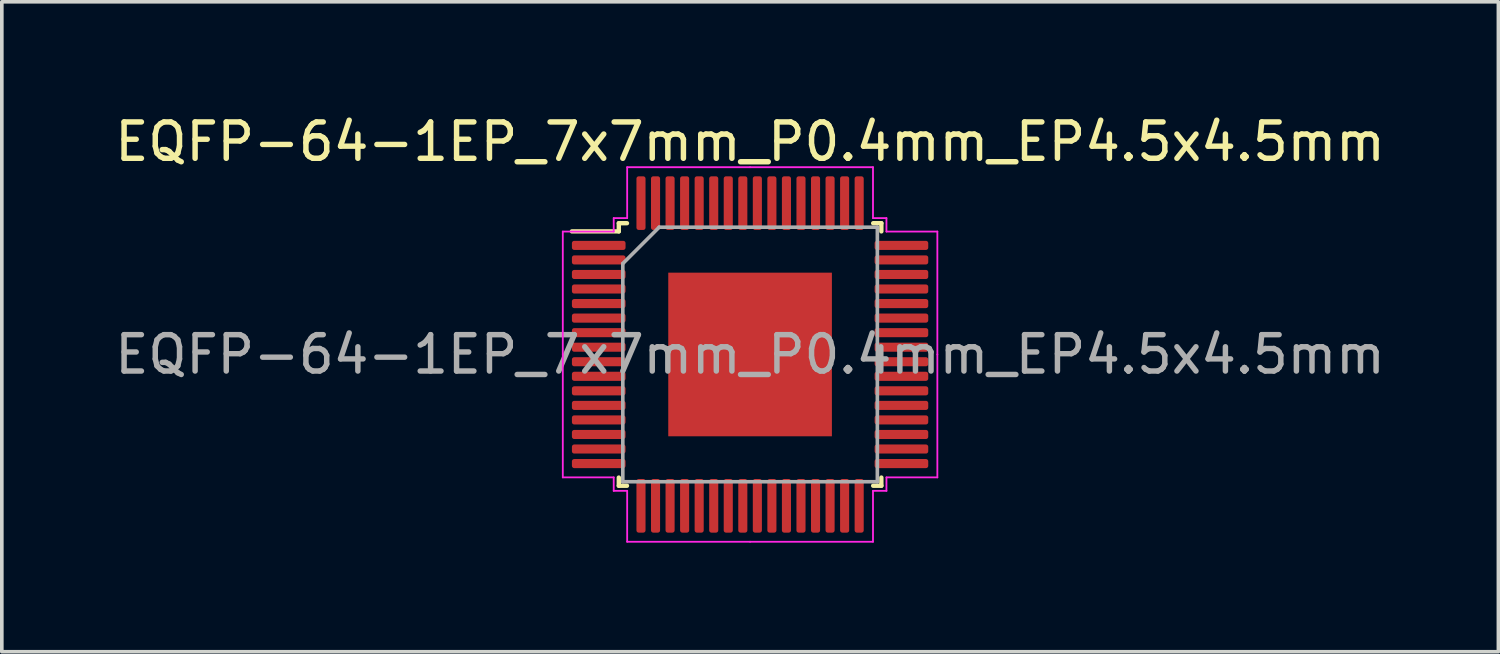
<source format=kicad_pcb>
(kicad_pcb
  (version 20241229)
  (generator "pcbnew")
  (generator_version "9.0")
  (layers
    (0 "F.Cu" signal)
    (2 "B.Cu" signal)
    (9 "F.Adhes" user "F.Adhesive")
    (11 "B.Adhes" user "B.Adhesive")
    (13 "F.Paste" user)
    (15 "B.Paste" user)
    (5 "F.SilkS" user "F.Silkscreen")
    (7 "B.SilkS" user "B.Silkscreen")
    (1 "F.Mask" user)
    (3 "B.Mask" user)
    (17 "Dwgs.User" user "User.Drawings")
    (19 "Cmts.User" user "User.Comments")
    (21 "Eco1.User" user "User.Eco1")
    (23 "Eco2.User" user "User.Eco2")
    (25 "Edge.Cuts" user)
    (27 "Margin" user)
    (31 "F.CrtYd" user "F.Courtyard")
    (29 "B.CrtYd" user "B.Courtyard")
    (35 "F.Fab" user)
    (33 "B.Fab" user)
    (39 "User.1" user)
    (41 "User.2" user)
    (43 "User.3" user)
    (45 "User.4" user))
  (footprint "EQFP-64-1EP_7x7mm_P0.4mm_EP4.5x4.5mm"
    (layer "F.Cu")
    (at 17.577 6.698)
    (property "Reference" "EQFP-64-1EP_7x7mm_P0.4mm_EP4.5x4.5mm" (at 0 -5.85 0) (layer "F.SilkS") (effects (font (size 1 1) (thickness 0.15))))
    (attr smd)
    (fp_line (start -3.61 -3.61) (end -3.61 -3.385) (stroke (width 0.12) (type solid)) (layer "F.SilkS"))
    (fp_line (start -3.61 -3.385) (end -4.9 -3.385) (stroke (width 0.12) (type solid)) (layer "F.SilkS"))
    (fp_line (start -3.61 3.61) (end -3.61 3.385) (stroke (width 0.12) (type solid)) (layer "F.SilkS"))
    (fp_line (start -3.385 -3.61) (end -3.61 -3.61) (stroke (width 0.12) (type solid)) (layer "F.SilkS"))
    (fp_line (start -3.385 3.61) (end -3.61 3.61) (stroke (width 0.12) (type solid)) (layer "F.SilkS"))
    (fp_line (start 3.385 -3.61) (end 3.61 -3.61) (stroke (width 0.12) (type solid)) (layer "F.SilkS"))
    (fp_line (start 3.385 3.61) (end 3.61 3.61) (stroke (width 0.12) (type solid)) (layer "F.SilkS"))
    (fp_line (start 3.61 -3.61) (end 3.61 -3.385) (stroke (width 0.12) (type solid)) (layer "F.SilkS"))
    (fp_line (start 3.61 3.61) (end 3.61 3.385) (stroke (width 0.12) (type solid)) (layer "F.SilkS"))
    (fp_line (start -5.15 -3.38) (end -5.15 0) (stroke (width 0.05) (type solid)) (layer "F.CrtYd"))
    (fp_line (start -5.15 3.38) (end -5.15 0) (stroke (width 0.05) (type solid)) (layer "F.CrtYd"))
    (fp_line (start -3.75 -3.75) (end -3.75 -3.38) (stroke (width 0.05) (type solid)) (layer "F.CrtYd"))
    (fp_line (start -3.75 -3.38) (end -5.15 -3.38) (stroke (width 0.05) (type solid)) (layer "F.CrtYd"))
    (fp_line (start -3.75 3.38) (end -5.15 3.38) (stroke (width 0.05) (type solid)) (layer "F.CrtYd"))
    (fp_line (start -3.75 3.75) (end -3.75 3.38) (stroke (width 0.05) (type solid)) (layer "F.CrtYd"))
    (fp_line (start -3.38 -5.15) (end -3.38 -3.75) (stroke (width 0.05) (type solid)) (layer "F.CrtYd"))
    (fp_line (start -3.38 -3.75) (end -3.75 -3.75) (stroke (width 0.05) (type solid)) (layer "F.CrtYd"))
    (fp_line (start -3.38 3.75) (end -3.75 3.75) (stroke (width 0.05) (type solid)) (layer "F.CrtYd"))
    (fp_line (start -3.38 5.15) (end -3.38 3.75) (stroke (width 0.05) (type solid)) (layer "F.CrtYd"))
    (fp_line (start 0 -5.15) (end -3.38 -5.15) (stroke (width 0.05) (type solid)) (layer "F.CrtYd"))
    (fp_line (start 0 -5.15) (end 3.38 -5.15) (stroke (width 0.05) (type solid)) (layer "F.CrtYd"))
    (fp_line (start 0 5.15) (end -3.38 5.15) (stroke (width 0.05) (type solid)) (layer "F.CrtYd"))
    (fp_line (start 0 5.15) (end 3.38 5.15) (stroke (width 0.05) (type solid)) (layer "F.CrtYd"))
    (fp_line (start 3.38 -5.15) (end 3.38 -3.75) (stroke (width 0.05) (type solid)) (layer "F.CrtYd"))
    (fp_line (start 3.38 -3.75) (end 3.75 -3.75) (stroke (width 0.05) (type solid)) (layer "F.CrtYd"))
    (fp_line (start 3.38 3.75) (end 3.75 3.75) (stroke (width 0.05) (type solid)) (layer "F.CrtYd"))
    (fp_line (start 3.38 5.15) (end 3.38 3.75) (stroke (width 0.05) (type solid)) (layer "F.CrtYd"))
    (fp_line (start 3.75 -3.75) (end 3.75 -3.38) (stroke (width 0.05) (type solid)) (layer "F.CrtYd"))
    (fp_line (start 3.75 -3.38) (end 5.15 -3.38) (stroke (width 0.05) (type solid)) (layer "F.CrtYd"))
    (fp_line (start 3.75 3.38) (end 5.15 3.38) (stroke (width 0.05) (type solid)) (layer "F.CrtYd"))
    (fp_line (start 3.75 3.75) (end 3.75 3.38) (stroke (width 0.05) (type solid)) (layer "F.CrtYd"))
    (fp_line (start 5.15 -3.38) (end 5.15 0) (stroke (width 0.05) (type solid)) (layer "F.CrtYd"))
    (fp_line (start 5.15 3.38) (end 5.15 0) (stroke (width 0.05) (type solid)) (layer "F.CrtYd"))
    (fp_line (start -3.5 -2.5) (end -2.5 -3.5) (stroke (width 0.1) (type solid)) (layer "F.Fab"))
    (fp_line (start -3.5 3.5) (end -3.5 -2.5) (stroke (width 0.1) (type solid)) (layer "F.Fab"))
    (fp_line (start -2.5 -3.5) (end 3.5 -3.5) (stroke (width 0.1) (type solid)) (layer "F.Fab"))
    (fp_line (start 3.5 -3.5) (end 3.5 3.5) (stroke (width 0.1) (type solid)) (layer "F.Fab"))
    (fp_line (start 3.5 3.5) (end -3.5 3.5) (stroke (width 0.1) (type solid)) (layer "F.Fab"))
    (fp_text user "${REFERENCE}" (at 0 0 0) (layer "F.Fab") (effects (font (size 1 1) (thickness 0.15))))
    (pad "" smd roundrect (at -1.5 -1.5) (size 1.21 1.21) (layers "F.Paste") (roundrect_rratio 0.207))
    (pad "" smd roundrect (at -1.5 0) (size 1.21 1.21) (layers "F.Paste") (roundrect_rratio 0.207))
    (pad "" smd roundrect (at -1.5 1.5) (size 1.21 1.21) (layers "F.Paste") (roundrect_rratio 0.207))
    (pad "" smd roundrect (at 0 -1.5) (size 1.21 1.21) (layers "F.Paste") (roundrect_rratio 0.207))
    (pad "" smd roundrect (at 0 0) (size 1.21 1.21) (layers "F.Paste") (roundrect_rratio 0.207))
    (pad "" smd roundrect (at 0 1.5) (size 1.21 1.21) (layers "F.Paste") (roundrect_rratio 0.207))
    (pad "" smd roundrect (at 1.5 -1.5) (size 1.21 1.21) (layers "F.Paste") (roundrect_rratio 0.207))
    (pad "" smd roundrect (at 1.5 0) (size 1.21 1.21) (layers "F.Paste") (roundrect_rratio 0.207))
    (pad "" smd roundrect (at 1.5 1.5) (size 1.21 1.21) (layers "F.Paste") (roundrect_rratio 0.207))
    (pad "1" smd roundrect (at -4.162 -3) (size 1.475 0.25) (layers "F.Cu" "F.Mask" "F.Paste") (roundrect_rratio 0.25))
    (pad "2" smd roundrect (at -4.162 -2.6) (size 1.475 0.25) (layers "F.Cu" "F.Mask" "F.Paste") (roundrect_rratio 0.25))
    (pad "3" smd roundrect (at -4.162 -2.2) (size 1.475 0.25) (layers "F.Cu" "F.Mask" "F.Paste") (roundrect_rratio 0.25))
    (pad "4" smd roundrect (at -4.162 -1.8) (size 1.475 0.25) (layers "F.Cu" "F.Mask" "F.Paste") (roundrect_rratio 0.25))
    (pad "5" smd roundrect (at -4.162 -1.4) (size 1.475 0.25) (layers "F.Cu" "F.Mask" "F.Paste") (roundrect_rratio 0.25))
    (pad "6" smd roundrect (at -4.162 -1) (size 1.475 0.25) (layers "F.Cu" "F.Mask" "F.Paste") (roundrect_rratio 0.25))
    (pad "7" smd roundrect (at -4.162 -0.6) (size 1.475 0.25) (layers "F.Cu" "F.Mask" "F.Paste") (roundrect_rratio 0.25))
    (pad "8" smd roundrect (at -4.162 -0.2) (size 1.475 0.25) (layers "F.Cu" "F.Mask" "F.Paste") (roundrect_rratio 0.25))
    (pad "9" smd roundrect (at -4.162 0.2) (size 1.475 0.25) (layers "F.Cu" "F.Mask" "F.Paste") (roundrect_rratio 0.25))
    (pad "10" smd roundrect (at -4.162 0.6) (size 1.475 0.25) (layers "F.Cu" "F.Mask" "F.Paste") (roundrect_rratio 0.25))
    (pad "11" smd roundrect (at -4.162 1) (size 1.475 0.25) (layers "F.Cu" "F.Mask" "F.Paste") (roundrect_rratio 0.25))
    (pad "12" smd roundrect (at -4.162 1.4) (size 1.475 0.25) (layers "F.Cu" "F.Mask" "F.Paste") (roundrect_rratio 0.25))
    (pad "13" smd roundrect (at -4.162 1.8) (size 1.475 0.25) (layers "F.Cu" "F.Mask" "F.Paste") (roundrect_rratio 0.25))
    (pad "14" smd roundrect (at -4.162 2.2) (size 1.475 0.25) (layers "F.Cu" "F.Mask" "F.Paste") (roundrect_rratio 0.25))
    (pad "15" smd roundrect (at -4.162 2.6) (size 1.475 0.25) (layers "F.Cu" "F.Mask" "F.Paste") (roundrect_rratio 0.25))
    (pad "16" smd roundrect (at -4.162 3) (size 1.475 0.25) (layers "F.Cu" "F.Mask" "F.Paste") (roundrect_rratio 0.25))
    (pad "17" smd roundrect (at -3 4.162) (size 0.25 1.475) (layers "F.Cu" "F.Mask" "F.Paste") (roundrect_rratio 0.25))
    (pad "18" smd roundrect (at -2.6 4.162) (size 0.25 1.475) (layers "F.Cu" "F.Mask" "F.Paste") (roundrect_rratio 0.25))
    (pad "19" smd roundrect (at -2.2 4.162) (size 0.25 1.475) (layers "F.Cu" "F.Mask" "F.Paste") (roundrect_rratio 0.25))
    (pad "20" smd roundrect (at -1.8 4.162) (size 0.25 1.475) (layers "F.Cu" "F.Mask" "F.Paste") (roundrect_rratio 0.25))
    (pad "21" smd roundrect (at -1.4 4.162) (size 0.25 1.475) (layers "F.Cu" "F.Mask" "F.Paste") (roundrect_rratio 0.25))
    (pad "22" smd roundrect (at -1 4.162) (size 0.25 1.475) (layers "F.Cu" "F.Mask" "F.Paste") (roundrect_rratio 0.25))
    (pad "23" smd roundrect (at -0.6 4.162) (size 0.25 1.475) (layers "F.Cu" "F.Mask" "F.Paste") (roundrect_rratio 0.25))
    (pad "24" smd roundrect (at -0.2 4.162) (size 0.25 1.475) (layers "F.Cu" "F.Mask" "F.Paste") (roundrect_rratio 0.25))
    (pad "25" smd roundrect (at 0.2 4.162) (size 0.25 1.475) (layers "F.Cu" "F.Mask" "F.Paste") (roundrect_rratio 0.25))
    (pad "26" smd roundrect (at 0.6 4.162) (size 0.25 1.475) (layers "F.Cu" "F.Mask" "F.Paste") (roundrect_rratio 0.25))
    (pad "27" smd roundrect (at 1 4.162) (size 0.25 1.475) (layers "F.Cu" "F.Mask" "F.Paste") (roundrect_rratio 0.25))
    (pad "28" smd roundrect (at 1.4 4.162) (size 0.25 1.475) (layers "F.Cu" "F.Mask" "F.Paste") (roundrect_rratio 0.25))
    (pad "29" smd roundrect (at 1.8 4.162) (size 0.25 1.475) (layers "F.Cu" "F.Mask" "F.Paste") (roundrect_rratio 0.25))
    (pad "30" smd roundrect (at 2.2 4.162) (size 0.25 1.475) (layers "F.Cu" "F.Mask" "F.Paste") (roundrect_rratio 0.25))
    (pad "31" smd roundrect (at 2.6 4.162) (size 0.25 1.475) (layers "F.Cu" "F.Mask" "F.Paste") (roundrect_rratio 0.25))
    (pad "32" smd roundrect (at 3 4.162) (size 0.25 1.475) (layers "F.Cu" "F.Mask" "F.Paste") (roundrect_rratio 0.25))
    (pad "33" smd roundrect (at 4.162 3) (size 1.475 0.25) (layers "F.Cu" "F.Mask" "F.Paste") (roundrect_rratio 0.25))
    (pad "34" smd roundrect (at 4.162 2.6) (size 1.475 0.25) (layers "F.Cu" "F.Mask" "F.Paste") (roundrect_rratio 0.25))
    (pad "35" smd roundrect (at 4.162 2.2) (size 1.475 0.25) (layers "F.Cu" "F.Mask" "F.Paste") (roundrect_rratio 0.25))
    (pad "36" smd roundrect (at 4.162 1.8) (size 1.475 0.25) (layers "F.Cu" "F.Mask" "F.Paste") (roundrect_rratio 0.25))
    (pad "37" smd roundrect (at 4.162 1.4) (size 1.475 0.25) (layers "F.Cu" "F.Mask" "F.Paste") (roundrect_rratio 0.25))
    (pad "38" smd roundrect (at 4.162 1) (size 1.475 0.25) (layers "F.Cu" "F.Mask" "F.Paste") (roundrect_rratio 0.25))
    (pad "39" smd roundrect (at 4.162 0.6) (size 1.475 0.25) (layers "F.Cu" "F.Mask" "F.Paste") (roundrect_rratio 0.25))
    (pad "40" smd roundrect (at 4.162 0.2) (size 1.475 0.25) (layers "F.Cu" "F.Mask" "F.Paste") (roundrect_rratio 0.25))
    (pad "41" smd roundrect (at 4.162 -0.2) (size 1.475 0.25) (layers "F.Cu" "F.Mask" "F.Paste") (roundrect_rratio 0.25))
    (pad "42" smd roundrect (at 4.162 -0.6) (size 1.475 0.25) (layers "F.Cu" "F.Mask" "F.Paste") (roundrect_rratio 0.25))
    (pad "43" smd roundrect (at 4.162 -1) (size 1.475 0.25) (layers "F.Cu" "F.Mask" "F.Paste") (roundrect_rratio 0.25))
    (pad "44" smd roundrect (at 4.162 -1.4) (size 1.475 0.25) (layers "F.Cu" "F.Mask" "F.Paste") (roundrect_rratio 0.25))
    (pad "45" smd roundrect (at 4.162 -1.8) (size 1.475 0.25) (layers "F.Cu" "F.Mask" "F.Paste") (roundrect_rratio 0.25))
    (pad "46" smd roundrect (at 4.162 -2.2) (size 1.475 0.25) (layers "F.Cu" "F.Mask" "F.Paste") (roundrect_rratio 0.25))
    (pad "47" smd roundrect (at 4.162 -2.6) (size 1.475 0.25) (layers "F.Cu" "F.Mask" "F.Paste") (roundrect_rratio 0.25))
    (pad "48" smd roundrect (at 4.162 -3) (size 1.475 0.25) (layers "F.Cu" "F.Mask" "F.Paste") (roundrect_rratio 0.25))
    (pad "49" smd roundrect (at 3 -4.162) (size 0.25 1.475) (layers "F.Cu" "F.Mask" "F.Paste") (roundrect_rratio 0.25))
    (pad "50" smd roundrect (at 2.6 -4.162) (size 0.25 1.475) (layers "F.Cu" "F.Mask" "F.Paste") (roundrect_rratio 0.25))
    (pad "51" smd roundrect (at 2.2 -4.162) (size 0.25 1.475) (layers "F.Cu" "F.Mask" "F.Paste") (roundrect_rratio 0.25))
    (pad "52" smd roundrect (at 1.8 -4.162) (size 0.25 1.475) (layers "F.Cu" "F.Mask" "F.Paste") (roundrect_rratio 0.25))
    (pad "53" smd roundrect (at 1.4 -4.162) (size 0.25 1.475) (layers "F.Cu" "F.Mask" "F.Paste") (roundrect_rratio 0.25))
    (pad "54" smd roundrect (at 1 -4.162) (size 0.25 1.475) (layers "F.Cu" "F.Mask" "F.Paste") (roundrect_rratio 0.25))
    (pad "55" smd roundrect (at 0.6 -4.162) (size 0.25 1.475) (layers "F.Cu" "F.Mask" "F.Paste") (roundrect_rratio 0.25))
    (pad "56" smd roundrect (at 0.2 -4.162) (size 0.25 1.475) (layers "F.Cu" "F.Mask" "F.Paste") (roundrect_rratio 0.25))
    (pad "57" smd roundrect (at -0.2 -4.162) (size 0.25 1.475) (layers "F.Cu" "F.Mask" "F.Paste") (roundrect_rratio 0.25))
    (pad "58" smd roundrect (at -0.6 -4.162) (size 0.25 1.475) (layers "F.Cu" "F.Mask" "F.Paste") (roundrect_rratio 0.25))
    (pad "59" smd roundrect (at -1 -4.162) (size 0.25 1.475) (layers "F.Cu" "F.Mask" "F.Paste") (roundrect_rratio 0.25))
    (pad "60" smd roundrect (at -1.4 -4.162) (size 0.25 1.475) (layers "F.Cu" "F.Mask" "F.Paste") (roundrect_rratio 0.25))
    (pad "61" smd roundrect (at -1.8 -4.162) (size 0.25 1.475) (layers "F.Cu" "F.Mask" "F.Paste") (roundrect_rratio 0.25))
    (pad "62" smd roundrect (at -2.2 -4.162) (size 0.25 1.475) (layers "F.Cu" "F.Mask" "F.Paste") (roundrect_rratio 0.25))
    (pad "63" smd roundrect (at -2.6 -4.162) (size 0.25 1.475) (layers "F.Cu" "F.Mask" "F.Paste") (roundrect_rratio 0.25))
    (pad "64" smd roundrect (at -3 -4.162) (size 0.25 1.475) (layers "F.Cu" "F.Mask" "F.Paste") (roundrect_rratio 0.25))
    (pad "65" smd rect (at 0 0) (size 4.5 4.5) (layers "F.Cu" "F.Mask")))
  (gr_rect
    (start -3 -3)
    (end 38.155 14.873)
    (stroke (width 0.1) (type default))
    (fill no)
    (layer "Edge.Cuts")))
</source>
